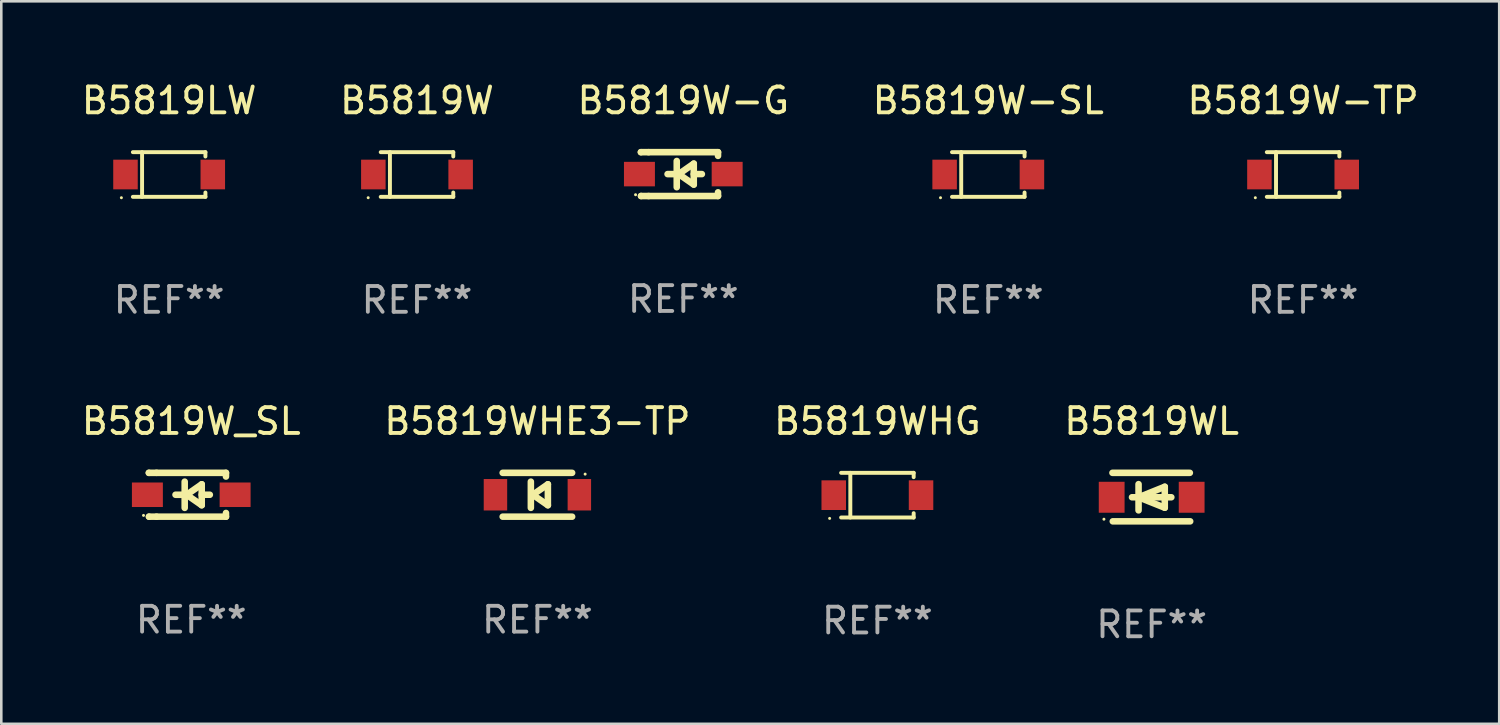
<source format=kicad_pcb>
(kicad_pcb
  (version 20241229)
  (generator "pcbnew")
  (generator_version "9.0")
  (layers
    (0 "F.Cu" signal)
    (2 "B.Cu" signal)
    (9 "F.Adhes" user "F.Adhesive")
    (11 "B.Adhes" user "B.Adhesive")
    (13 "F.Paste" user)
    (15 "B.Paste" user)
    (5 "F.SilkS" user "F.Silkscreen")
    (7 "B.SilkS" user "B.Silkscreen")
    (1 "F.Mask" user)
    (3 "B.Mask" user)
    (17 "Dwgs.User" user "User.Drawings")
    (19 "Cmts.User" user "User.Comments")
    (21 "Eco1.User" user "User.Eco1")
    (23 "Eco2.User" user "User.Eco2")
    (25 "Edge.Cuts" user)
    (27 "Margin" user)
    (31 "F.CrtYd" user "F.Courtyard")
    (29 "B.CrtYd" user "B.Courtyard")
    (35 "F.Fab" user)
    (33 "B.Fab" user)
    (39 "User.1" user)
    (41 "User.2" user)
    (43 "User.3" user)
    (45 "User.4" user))
  (footprint "B5819WHG"
    (layer "F.Cu")
    (at 30.958 16.143)
    (property "Reference" "B5819WHG" (at 0 -2.866 0) (layer "F.SilkS") (effects (font (size 1 1) (thickness 0.15))))
    (attr through_hole)
    (fp_line (start -1.406 -0.866) (end 1.406 -0.866) (stroke (width 0.152) (type solid)) (layer "F.SilkS"))
    (fp_line (start -1.406 0.866) (end 1.406 0.866) (stroke (width 0.152) (type solid)) (layer "F.SilkS"))
    (fp_line (start -1.049 -0.866) (end -1.049 0.866) (stroke (width 0.152) (type solid)) (layer "F.SilkS"))
    (fp_line (start 1.406 -0.866) (end 1.406 -0.698) (stroke (width 0.152) (type solid)) (layer "F.SilkS"))
    (fp_line (start 1.406 0.866) (end 1.406 0.698) (stroke (width 0.152) (type solid)) (layer "F.SilkS"))
    (fp_circle (center -1.851 0.9) (end -1.821 0.9) (stroke (width 0.06) (type solid)) (fill no) (layer "F.SilkS"))
    (fp_text user "REF**" (at 0 4.866 0) (layer "F.Fab") (effects (font (size 1 1) (thickness 0.15))))
    (pad "1" smd rect (at -1.692 0) (size 0.95 1.15) (layers "F.Cu" "F.Mask" "F.Paste"))
    (pad "2" smd rect (at 1.692 0) (size 0.95 1.15) (layers "F.Cu" "F.Mask" "F.Paste")))
  (footprint "B5819W"
    (layer "F.Cu")
    (at 13.113 3.714)
    (property "Reference" "B5819W" (at 0 -2.866 0) (layer "F.SilkS") (effects (font (size 1 1) (thickness 0.15))))
    (attr through_hole)
    (fp_line (start -1.406 -0.866) (end 1.406 -0.866) (stroke (width 0.152) (type solid)) (layer "F.SilkS"))
    (fp_line (start -1.406 0.866) (end 1.406 0.866) (stroke (width 0.152) (type solid)) (layer "F.SilkS"))
    (fp_line (start -1.049 -0.866) (end -1.049 0.866) (stroke (width 0.152) (type solid)) (layer "F.SilkS"))
    (fp_line (start 1.406 -0.866) (end 1.406 -0.698) (stroke (width 0.152) (type solid)) (layer "F.SilkS"))
    (fp_line (start 1.406 0.866) (end 1.406 0.698) (stroke (width 0.152) (type solid)) (layer "F.SilkS"))
    (fp_circle (center -1.892 0.9) (end -1.862 0.9) (stroke (width 0.06) (type solid)) (fill no) (layer "F.SilkS"))
    (fp_text user "REF**" (at 0 4.866 0) (layer "F.Fab") (effects (font (size 1 1) (thickness 0.15))))
    (pad "1" smd rect (at -1.692 0) (size 0.95 1.15) (layers "F.Cu" "F.Mask" "F.Paste"))
    (pad "2" smd rect (at 1.692 0) (size 0.95 1.15) (layers "F.Cu" "F.Mask" "F.Paste")))
  (footprint "B5819W-G"
    (layer "F.Cu")
    (at 23.435 3.698)
    (property "Reference" "B5819W-G" (at 0 -2.85 0) (layer "F.SilkS") (effects (font (size 1 1) (thickness 0.15))))
    (attr through_hole)
    (fp_line (start -1.643 -0.85) (end -1.644 -0.849) (stroke (width 0.254) (type solid)) (layer "F.SilkS"))
    (fp_line (start -1.638 0.85) (end -1.639 0.849) (stroke (width 0.254) (type solid)) (layer "F.SilkS"))
    (fp_line (start -1.346 -0.85) (end -1.643 -0.85) (stroke (width 0.254) (type solid)) (layer "F.SilkS"))
    (fp_line (start -1.346 -0.85) (end 1.346 -0.85) (stroke (width 0.254) (type solid)) (layer "F.SilkS"))
    (fp_line (start -1.346 0.85) (end -1.638 0.85) (stroke (width 0.254) (type solid)) (layer "F.SilkS"))
    (fp_line (start -0.28 0) (end -0.61 0) (stroke (width 0.254) (type solid)) (layer "F.SilkS"))
    (fp_line (start -0.254 -0.508) (end -0.254 0.508) (stroke (width 0.254) (type solid)) (layer "F.SilkS"))
    (fp_line (start -0.178 0) (end 0.406 -0.406) (stroke (width 0.254) (type solid)) (layer "F.SilkS"))
    (fp_line (start 0.406 -0.406) (end 0.406 0.406) (stroke (width 0.254) (type solid)) (layer "F.SilkS"))
    (fp_line (start 0.406 -0.000254) (end 0.72 -0.000254) (stroke (width 0.254) (type solid)) (layer "F.SilkS"))
    (fp_line (start 0.406 0.406) (end -0.178 0) (stroke (width 0.254) (type solid)) (layer "F.SilkS"))
    (fp_line (start 1.346 -0.85) (end 1.346 -0.706) (stroke (width 0.254) (type solid)) (layer "F.SilkS"))
    (fp_line (start 1.346 0.706) (end 1.346 0.85) (stroke (width 0.254) (type solid)) (layer "F.SilkS"))
    (fp_line (start 1.346 0.85) (end -1.346 0.85) (stroke (width 0.254) (type solid)) (layer "F.SilkS"))
    (fp_circle (center -1.85 0.8) (end -1.82 0.8) (stroke (width 0.06) (type solid)) (fill no) (layer "F.SilkS"))
    (fp_text user "REF**" (at 0 4.85 0) (layer "F.Fab") (effects (font (size 1 1) (thickness 0.15))))
    (pad "1" smd rect (at -1.7 0) (size 1.2 0.95) (layers "F.Cu" "F.Mask" "F.Paste"))
    (pad "2" smd rect (at 1.7 0) (size 1.2 0.95) (layers "F.Cu" "F.Mask" "F.Paste")))
  (footprint "B5819LW"
    (layer "F.Cu")
    (at 3.506 3.714)
    (property "Reference" "B5819LW" (at 0 -2.866 0) (layer "F.SilkS") (effects (font (size 1 1) (thickness 0.15))))
    (attr through_hole)
    (fp_line (start -1.406 -0.866) (end 1.406 -0.866) (stroke (width 0.152) (type solid)) (layer "F.SilkS"))
    (fp_line (start -1.406 0.866) (end 1.406 0.866) (stroke (width 0.152) (type solid)) (layer "F.SilkS"))
    (fp_line (start -1.049 -0.866) (end -1.049 0.866) (stroke (width 0.152) (type solid)) (layer "F.SilkS"))
    (fp_line (start 1.406 -0.866) (end 1.406 -0.698) (stroke (width 0.152) (type solid)) (layer "F.SilkS"))
    (fp_line (start 1.406 0.866) (end 1.406 0.698) (stroke (width 0.152) (type solid)) (layer "F.SilkS"))
    (fp_circle (center -1.851 0.9) (end -1.821 0.9) (stroke (width 0.06) (type solid)) (fill no) (layer "F.SilkS"))
    (fp_text user "REF**" (at 0 4.866 0) (layer "F.Fab") (effects (font (size 1 1) (thickness 0.15))))
    (pad "1" smd rect (at -1.692 0) (size 0.95 1.15) (layers "F.Cu" "F.Mask" "F.Paste"))
    (pad "2" smd rect (at 1.692 0) (size 0.95 1.15) (layers "F.Cu" "F.Mask" "F.Paste")))
  (footprint "B5819W-TP"
    (layer "F.Cu")
    (at 47.458 3.714)
    (property "Reference" "B5819W-TP" (at 0 -2.866 0) (layer "F.SilkS") (effects (font (size 1 1) (thickness 0.15))))
    (attr through_hole)
    (fp_line (start -1.406 -0.866) (end 1.406 -0.866) (stroke (width 0.152) (type solid)) (layer "F.SilkS"))
    (fp_line (start -1.406 0.866) (end 1.406 0.866) (stroke (width 0.152) (type solid)) (layer "F.SilkS"))
    (fp_line (start -1.049 -0.866) (end -1.049 0.866) (stroke (width 0.152) (type solid)) (layer "F.SilkS"))
    (fp_line (start 1.406 -0.866) (end 1.406 -0.698) (stroke (width 0.152) (type solid)) (layer "F.SilkS"))
    (fp_line (start 1.406 0.866) (end 1.406 0.698) (stroke (width 0.152) (type solid)) (layer "F.SilkS"))
    (fp_circle (center -1.851 0.9) (end -1.821 0.9) (stroke (width 0.06) (type solid)) (fill no) (layer "F.SilkS"))
    (fp_text user "REF**" (at 0 4.866 0) (layer "F.Fab") (effects (font (size 1 1) (thickness 0.15))))
    (pad "1" smd rect (at -1.692 0) (size 0.95 1.15) (layers "F.Cu" "F.Mask" "F.Paste"))
    (pad "2" smd rect (at 1.692 0) (size 0.95 1.15) (layers "F.Cu" "F.Mask" "F.Paste")))
  (footprint "B5819W-SL"
    (layer "F.Cu")
    (at 35.256 3.714)
    (property "Reference" "B5819W-SL" (at 0 -2.866 0) (layer "F.SilkS") (effects (font (size 1 1) (thickness 0.15))))
    (attr through_hole)
    (fp_line (start -1.406 -0.866) (end 1.406 -0.866) (stroke (width 0.152) (type solid)) (layer "F.SilkS"))
    (fp_line (start -1.406 0.866) (end 1.406 0.866) (stroke (width 0.152) (type solid)) (layer "F.SilkS"))
    (fp_line (start -1.049 -0.866) (end -1.049 0.866) (stroke (width 0.152) (type solid)) (layer "F.SilkS"))
    (fp_line (start 1.406 -0.866) (end 1.406 -0.698) (stroke (width 0.152) (type solid)) (layer "F.SilkS"))
    (fp_line (start 1.406 0.866) (end 1.406 0.698) (stroke (width 0.152) (type solid)) (layer "F.SilkS"))
    (fp_circle (center -1.851 0.9) (end -1.821 0.9) (stroke (width 0.06) (type solid)) (fill no) (layer "F.SilkS"))
    (fp_text user "REF**" (at 0 4.866 0) (layer "F.Fab") (effects (font (size 1 1) (thickness 0.15))))
    (pad "1" smd rect (at -1.692 0) (size 0.95 1.15) (layers "F.Cu" "F.Mask" "F.Paste"))
    (pad "2" smd rect (at 1.692 0) (size 0.95 1.15) (layers "F.Cu" "F.Mask" "F.Paste")))
  (footprint "B5819WHE3-TP"
    (layer "F.Cu")
    (at 17.78 16.127)
    (property "Reference" "B5819WHE3-TP" (at 0 -2.85 0) (layer "F.SilkS") (effects (font (size 1 1) (thickness 0.15))))
    (attr through_hole)
    (fp_line (start -1.346 -0.85) (end 1.346 -0.85) (stroke (width 0.254) (type solid)) (layer "F.SilkS"))
    (fp_line (start -0.254 -0.508) (end -0.254 0.508) (stroke (width 0.254) (type solid)) (layer "F.SilkS"))
    (fp_line (start -0.178 0) (end 0.406 -0.406) (stroke (width 0.254) (type solid)) (layer "F.SilkS"))
    (fp_line (start 0.406 -0.406) (end 0.406 0.406) (stroke (width 0.254) (type solid)) (layer "F.SilkS"))
    (fp_line (start 0.406 0.406) (end -0.178 0) (stroke (width 0.254) (type solid)) (layer "F.SilkS"))
    (fp_line (start 1.346 0.85) (end -1.346 0.85) (stroke (width 0.254) (type solid)) (layer "F.SilkS"))
    (fp_circle (center 1.85 -0.8) (end 1.88 -0.8) (stroke (width 0.06) (type solid)) (fill no) (layer "F.SilkS"))
    (fp_text user "REF**" (at 0 4.85 0) (layer "F.Fab") (effects (font (size 1 1) (thickness 0.15))))
    (pad "1" smd rect (at 1.626 0) (size 0.909 1.219) (layers "F.Cu" "F.Mask" "F.Paste"))
    (pad "2" smd rect (at -1.626 0) (size 0.909 1.219) (layers "F.Cu" "F.Mask" "F.Paste")))
  (footprint "B5819W_SL"
    (layer "F.Cu")
    (at 4.363 16.127)
    (property "Reference" "B5819W_SL" (at 0 -2.85 0) (layer "F.SilkS") (effects (font (size 1 1) (thickness 0.15))))
    (attr through_hole)
    (fp_line (start -1.643 -0.85) (end -1.644 -0.849) (stroke (width 0.254) (type solid)) (layer "F.SilkS"))
    (fp_line (start -1.638 0.85) (end -1.639 0.849) (stroke (width 0.254) (type solid)) (layer "F.SilkS"))
    (fp_line (start -1.346 -0.85) (end -1.643 -0.85) (stroke (width 0.254) (type solid)) (layer "F.SilkS"))
    (fp_line (start -1.346 -0.85) (end 1.346 -0.85) (stroke (width 0.254) (type solid)) (layer "F.SilkS"))
    (fp_line (start -1.346 0.85) (end -1.638 0.85) (stroke (width 0.254) (type solid)) (layer "F.SilkS"))
    (fp_line (start -0.28 0) (end -0.61 0) (stroke (width 0.254) (type solid)) (layer "F.SilkS"))
    (fp_line (start -0.254 -0.508) (end -0.254 0.508) (stroke (width 0.254) (type solid)) (layer "F.SilkS"))
    (fp_line (start -0.178 0) (end 0.406 -0.406) (stroke (width 0.254) (type solid)) (layer "F.SilkS"))
    (fp_line (start 0.406 -0.406) (end 0.406 0.406) (stroke (width 0.254) (type solid)) (layer "F.SilkS"))
    (fp_line (start 0.406 -0.000254) (end 0.72 -0.000254) (stroke (width 0.254) (type solid)) (layer "F.SilkS"))
    (fp_line (start 0.406 0.406) (end -0.178 0) (stroke (width 0.254) (type solid)) (layer "F.SilkS"))
    (fp_line (start 1.346 -0.85) (end 1.346 -0.706) (stroke (width 0.254) (type solid)) (layer "F.SilkS"))
    (fp_line (start 1.346 0.706) (end 1.346 0.85) (stroke (width 0.254) (type solid)) (layer "F.SilkS"))
    (fp_line (start 1.346 0.85) (end -1.346 0.85) (stroke (width 0.254) (type solid)) (layer "F.SilkS"))
    (fp_circle (center -1.85 0.8) (end -1.82 0.8) (stroke (width 0.06) (type solid)) (fill no) (layer "F.SilkS"))
    (fp_text user "REF**" (at 0 4.85 0) (layer "F.Fab") (effects (font (size 1 1) (thickness 0.15))))
    (pad "1" smd rect (at -1.7 0) (size 1.2 0.95) (layers "F.Cu" "F.Mask" "F.Paste"))
    (pad "2" smd rect (at 1.7 0) (size 1.2 0.95) (layers "F.Cu" "F.Mask" "F.Paste")))
  (footprint "B5819WL"
    (layer "F.Cu")
    (at 41.589 16.217)
    (property "Reference" "B5819WL" (at 0 -2.94 0) (layer "F.SilkS") (effects (font (size 1 1) (thickness 0.15))))
    (attr through_hole)
    (fp_line (start -1.52 -0.94) (end 1.48 -0.94) (stroke (width 0.254) (type solid)) (layer "F.SilkS"))
    (fp_line (start -1.507 0.94) (end 1.493 0.94) (stroke (width 0.254) (type solid)) (layer "F.SilkS"))
    (fp_line (start -0.762 0.007) (end 0.762 0.007) (stroke (width 0.254) (type solid)) (layer "F.SilkS"))
    (fp_line (start -0.508 -0.501) (end -0.508 0.515) (stroke (width 0.254) (type solid)) (layer "F.SilkS"))
    (fp_line (start -0.508 0.007) (end 0.508 -0.4) (stroke (width 0.254) (type solid)) (layer "F.SilkS"))
    (fp_line (start 0.508 -0.4) (end 0.508 0.413) (stroke (width 0.254) (type solid)) (layer "F.SilkS"))
    (fp_line (start 0.508 0.413) (end -0.508 0.007) (stroke (width 0.254) (type solid)) (layer "F.SilkS"))
    (fp_circle (center -1.85 0.857) (end -1.82 0.857) (stroke (width 0.06) (type solid)) (fill no) (layer "F.SilkS"))
    (fp_text user "REF**" (at 0 4.94 0) (layer "F.Fab") (effects (font (size 1 1) (thickness 0.15))))
    (pad "1" smd rect (at -1.55 0.007) (size 1 1.2) (layers "F.Cu" "F.Mask" "F.Paste"))
    (pad "2" smd rect (at 1.55 0.007) (size 1 1.2) (layers "F.Cu" "F.Mask" "F.Paste")))
  (gr_rect
    (start -3 -3)
    (end 55.06 25.005)
    (stroke (width 0.1) (type default))
    (fill no)
    (layer "Edge.Cuts")))
</source>
